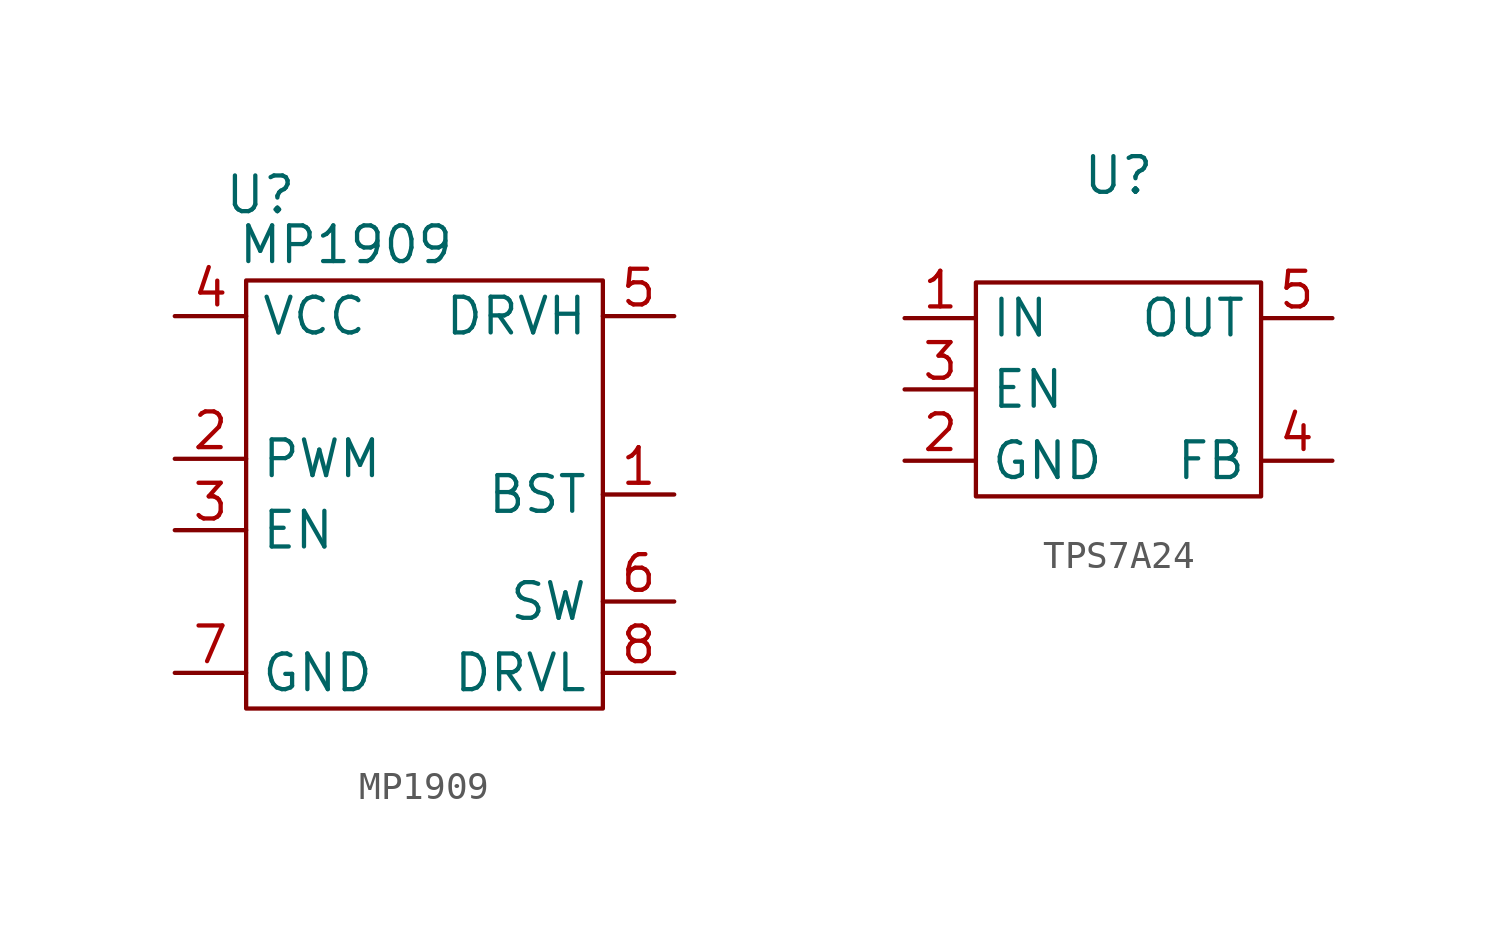
<source format=kicad_sym>
(kicad_symbol_lib
  (version 20241209)
  (generator "kicad_symbol_editor")
  (generator_version "9.0")
  (symbol "MP1909"
    (property "Reference" "U"
      (at 0.508 -0.762 0)
      (effects (font (size 1.27 1.27))))
    (property "Value" "MP1909"
      (at 3.556 -2.54 0)
      (effects (font (size 1.27 1.27))))
    (symbol "MP1909_0_1"
      (rectangle (start 0 -3.81) (end 12.7 -19.05) (stroke (width 0) (type default)) (fill (type none))))
    (symbol "MP1909_1_1"
      (pin power_in line (at -2.54 -5.08 0) (length 2.54) (name "VCC" (effects (font (size 1.27 1.27)))) (number "4" (effects (font (size 1.27 1.27)))))
      (pin input line (at -2.54 -10.16 0) (length 2.54) (name "PWM" (effects (font (size 1.27 1.27)))) (number "2" (effects (font (size 1.27 1.27)))))
      (pin input line (at -2.54 -12.7 0) (length 2.54) (name "EN" (effects (font (size 1.27 1.27)))) (number "3" (effects (font (size 1.27 1.27)))))
      (pin unspecified line (at -2.54 -17.78 0) (length 2.54) (name "GND" (effects (font (size 1.27 1.27)))) (number "7" (effects (font (size 1.27 1.27)))))
      (pin output line (at 15.24 -5.08 180) (length 2.54) (name "DRVH" (effects (font (size 1.27 1.27)))) (number "5" (effects (font (size 1.27 1.27)))))
      (pin unspecified line (at 15.24 -11.43 180) (length 2.54) (name "BST" (effects (font (size 1.27 1.27)))) (number "1" (effects (font (size 1.27 1.27)))))
      (pin input line (at 15.24 -15.24 180) (length 2.54) (name "SW" (effects (font (size 1.27 1.27)))) (number "6" (effects (font (size 1.27 1.27)))))
      (pin output line (at 15.24 -17.78 180) (length 2.54) (name "DRVL" (effects (font (size 1.27 1.27)))) (number "8" (effects (font (size 1.27 1.27)))))))
  (symbol "TPS7A24"
    (property "Reference" "U"
      (at 0 0 0)
      (effects (font (size 1.27 1.27))))
    (property "Value" ""
      (at 0 0 0)
      (effects (font (size 1.27 1.27))))
    (symbol "TPS7A24_0_1"
      (rectangle (start -5.08 -3.81) (end 5.08 -11.43) (stroke (width 0) (type default)) (fill (type none))))
    (symbol "TPS7A24_1_1"
      (pin power_in line (at -7.62 -5.08 0) (length 2.54) (name "IN" (effects (font (size 1.27 1.27)))) (number "1" (effects (font (size 1.27 1.27)))))
      (pin input line (at -7.62 -7.62 0) (length 2.54) (name "EN" (effects (font (size 1.27 1.27)))) (number "3" (effects (font (size 1.27 1.27)))))
      (pin unspecified line (at -7.62 -10.16 0) (length 2.54) (name "GND" (effects (font (size 1.27 1.27)))) (number "2" (effects (font (size 1.27 1.27)))))
      (pin output line (at 7.62 -5.08 180) (length 2.54) (name "OUT" (effects (font (size 1.27 1.27)))) (number "5" (effects (font (size 1.27 1.27)))))
      (pin input line (at 7.62 -10.16 180) (length 2.54) (name "FB" (effects (font (size 1.27 1.27)))) (number "4" (effects (font (size 1.27 1.27))))))))
</source>
